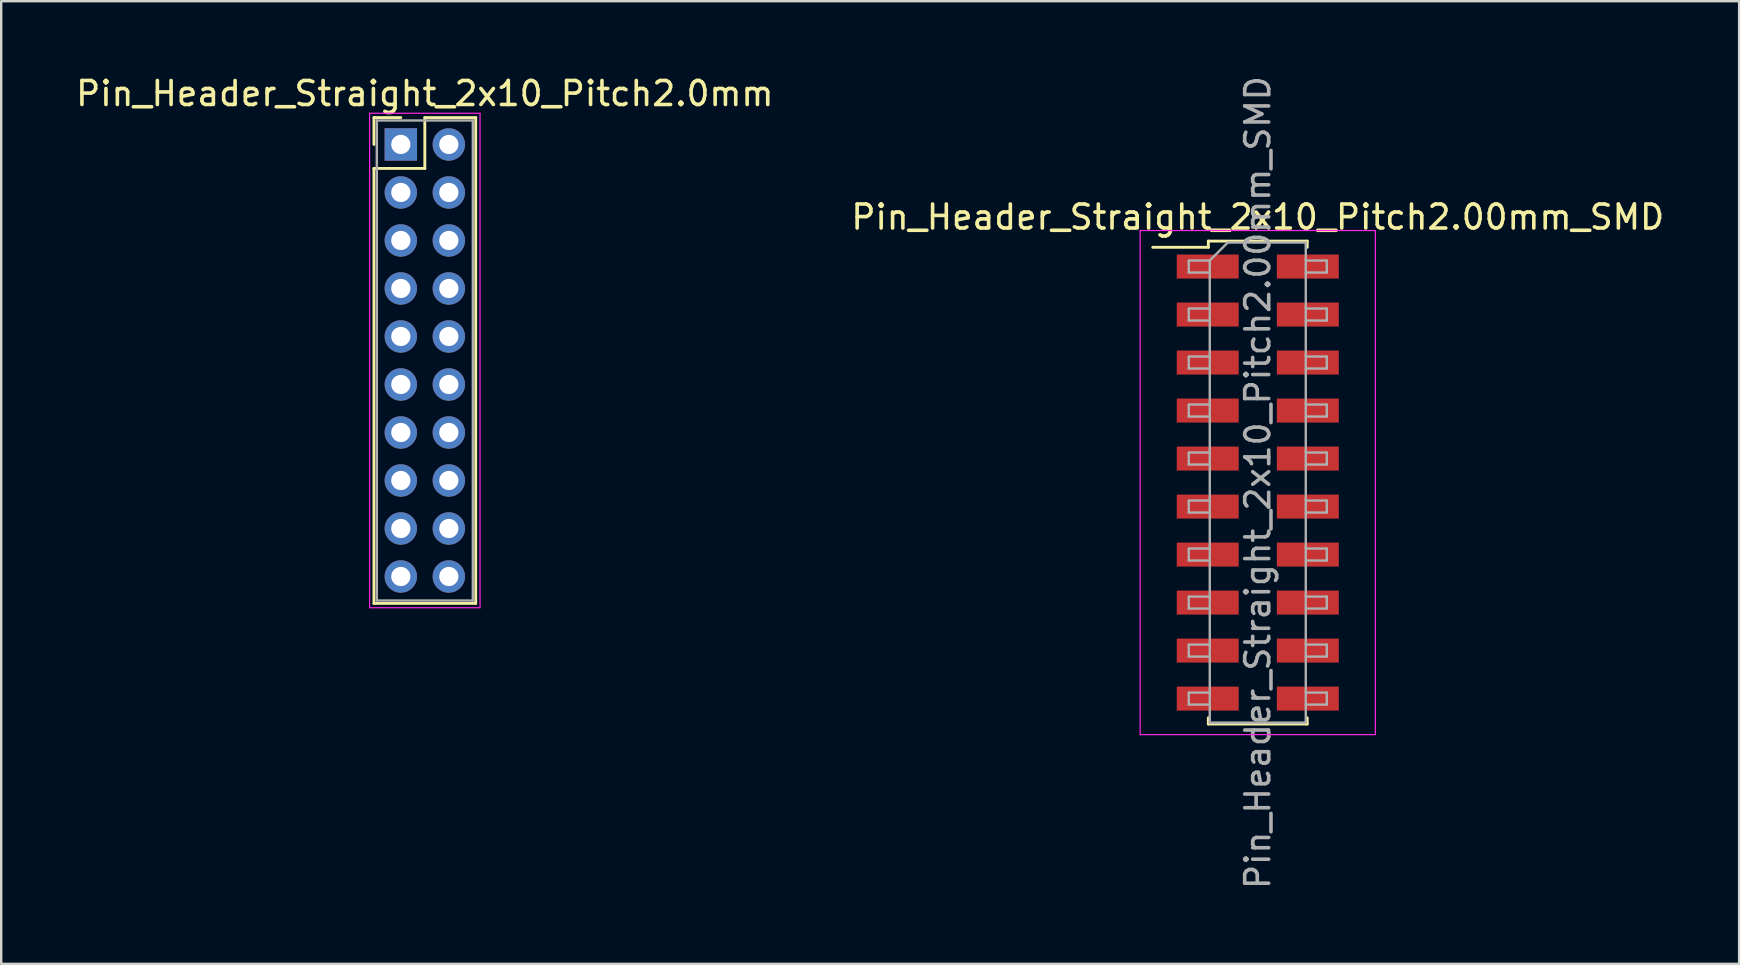
<source format=kicad_pcb>
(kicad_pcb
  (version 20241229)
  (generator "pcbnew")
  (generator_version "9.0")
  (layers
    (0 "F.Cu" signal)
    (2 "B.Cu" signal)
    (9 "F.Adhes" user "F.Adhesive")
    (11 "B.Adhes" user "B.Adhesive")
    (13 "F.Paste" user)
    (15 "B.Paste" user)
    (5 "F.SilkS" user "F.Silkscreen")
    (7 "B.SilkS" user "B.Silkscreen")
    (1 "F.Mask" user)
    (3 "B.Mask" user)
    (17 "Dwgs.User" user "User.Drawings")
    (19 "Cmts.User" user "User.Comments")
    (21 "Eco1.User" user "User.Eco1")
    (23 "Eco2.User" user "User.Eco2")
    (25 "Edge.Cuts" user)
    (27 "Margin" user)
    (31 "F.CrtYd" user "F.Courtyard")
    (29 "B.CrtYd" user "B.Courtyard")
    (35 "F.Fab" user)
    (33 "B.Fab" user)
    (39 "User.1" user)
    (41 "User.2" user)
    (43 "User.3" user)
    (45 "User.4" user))
  (footprint "Pin_Header_Straight_2x10_Pitch2.00mm_SMD"
    (layer "F.Cu")
    (at 49.351 17.054)
    (property "Reference" "Pin_Header_Straight_2x10_Pitch2.00mm_SMD" (at 0 -11.06 0) (layer "F.SilkS") (effects (font (size 1 1) (thickness 0.15))))
    (attr smd)
    (fp_line (start -4.375 -9.8) (end -2.06 -9.8) (stroke (width 0.12) (type solid)) (layer "F.SilkS"))
    (fp_line (start -2.06 -10.06) (end 2.06 -10.06) (stroke (width 0.12) (type solid)) (layer "F.SilkS"))
    (fp_line (start -2.06 -9.8) (end -2.06 -10.06) (stroke (width 0.12) (type solid)) (layer "F.SilkS"))
    (fp_line (start -2.06 9.8) (end -2.06 10.06) (stroke (width 0.12) (type solid)) (layer "F.SilkS"))
    (fp_line (start -2.06 10.06) (end 2.06 10.06) (stroke (width 0.12) (type solid)) (layer "F.SilkS"))
    (fp_line (start 2.06 -10.06) (end 2.06 -9.8) (stroke (width 0.12) (type solid)) (layer "F.SilkS"))
    (fp_line (start 2.06 10.06) (end 2.06 9.8) (stroke (width 0.12) (type solid)) (layer "F.SilkS"))
    (fp_line (start -4.9 -10.5) (end -4.9 10.5) (stroke (width 0.05) (type solid)) (layer "F.CrtYd"))
    (fp_line (start -4.9 10.5) (end 4.9 10.5) (stroke (width 0.05) (type solid)) (layer "F.CrtYd"))
    (fp_line (start 4.9 -10.5) (end -4.9 -10.5) (stroke (width 0.05) (type solid)) (layer "F.CrtYd"))
    (fp_line (start 4.9 10.5) (end 4.9 -10.5) (stroke (width 0.05) (type solid)) (layer "F.CrtYd"))
    (fp_line (start -2.875 -9.25) (end -2.875 -8.75) (stroke (width 0.1) (type solid)) (layer "F.Fab"))
    (fp_line (start -2.875 -8.75) (end -2 -8.75) (stroke (width 0.1) (type solid)) (layer "F.Fab"))
    (fp_line (start -2.875 -7.25) (end -2.875 -6.75) (stroke (width 0.1) (type solid)) (layer "F.Fab"))
    (fp_line (start -2.875 -6.75) (end -2 -6.75) (stroke (width 0.1) (type solid)) (layer "F.Fab"))
    (fp_line (start -2.875 -5.25) (end -2.875 -4.75) (stroke (width 0.1) (type solid)) (layer "F.Fab"))
    (fp_line (start -2.875 -4.75) (end -2 -4.75) (stroke (width 0.1) (type solid)) (layer "F.Fab"))
    (fp_line (start -2.875 -3.25) (end -2.875 -2.75) (stroke (width 0.1) (type solid)) (layer "F.Fab"))
    (fp_line (start -2.875 -2.75) (end -2 -2.75) (stroke (width 0.1) (type solid)) (layer "F.Fab"))
    (fp_line (start -2.875 -1.25) (end -2.875 -0.75) (stroke (width 0.1) (type solid)) (layer "F.Fab"))
    (fp_line (start -2.875 -0.75) (end -2 -0.75) (stroke (width 0.1) (type solid)) (layer "F.Fab"))
    (fp_line (start -2.875 0.75) (end -2.875 1.25) (stroke (width 0.1) (type solid)) (layer "F.Fab"))
    (fp_line (start -2.875 1.25) (end -2 1.25) (stroke (width 0.1) (type solid)) (layer "F.Fab"))
    (fp_line (start -2.875 2.75) (end -2.875 3.25) (stroke (width 0.1) (type solid)) (layer "F.Fab"))
    (fp_line (start -2.875 3.25) (end -2 3.25) (stroke (width 0.1) (type solid)) (layer "F.Fab"))
    (fp_line (start -2.875 4.75) (end -2.875 5.25) (stroke (width 0.1) (type solid)) (layer "F.Fab"))
    (fp_line (start -2.875 5.25) (end -2 5.25) (stroke (width 0.1) (type solid)) (layer "F.Fab"))
    (fp_line (start -2.875 6.75) (end -2.875 7.25) (stroke (width 0.1) (type solid)) (layer "F.Fab"))
    (fp_line (start -2.875 7.25) (end -2 7.25) (stroke (width 0.1) (type solid)) (layer "F.Fab"))
    (fp_line (start -2.875 8.75) (end -2.875 9.25) (stroke (width 0.1) (type solid)) (layer "F.Fab"))
    (fp_line (start -2.875 9.25) (end -2 9.25) (stroke (width 0.1) (type solid)) (layer "F.Fab"))
    (fp_line (start -2 -9.25) (end -2.875 -9.25) (stroke (width 0.1) (type solid)) (layer "F.Fab"))
    (fp_line (start -2 -9.25) (end -1.25 -10) (stroke (width 0.1) (type solid)) (layer "F.Fab"))
    (fp_line (start -2 -7.25) (end -2.875 -7.25) (stroke (width 0.1) (type solid)) (layer "F.Fab"))
    (fp_line (start -2 -5.25) (end -2.875 -5.25) (stroke (width 0.1) (type solid)) (layer "F.Fab"))
    (fp_line (start -2 -3.25) (end -2.875 -3.25) (stroke (width 0.1) (type solid)) (layer "F.Fab"))
    (fp_line (start -2 -1.25) (end -2.875 -1.25) (stroke (width 0.1) (type solid)) (layer "F.Fab"))
    (fp_line (start -2 0.75) (end -2.875 0.75) (stroke (width 0.1) (type solid)) (layer "F.Fab"))
    (fp_line (start -2 2.75) (end -2.875 2.75) (stroke (width 0.1) (type solid)) (layer "F.Fab"))
    (fp_line (start -2 4.75) (end -2.875 4.75) (stroke (width 0.1) (type solid)) (layer "F.Fab"))
    (fp_line (start -2 6.75) (end -2.875 6.75) (stroke (width 0.1) (type solid)) (layer "F.Fab"))
    (fp_line (start -2 8.75) (end -2.875 8.75) (stroke (width 0.1) (type solid)) (layer "F.Fab"))
    (fp_line (start -2 10) (end -2 -9.25) (stroke (width 0.1) (type solid)) (layer "F.Fab"))
    (fp_line (start -1.25 -10) (end 2 -10) (stroke (width 0.1) (type solid)) (layer "F.Fab"))
    (fp_line (start 2 -10) (end 2 10) (stroke (width 0.1) (type solid)) (layer "F.Fab"))
    (fp_line (start 2 -9.25) (end 2.875 -9.25) (stroke (width 0.1) (type solid)) (layer "F.Fab"))
    (fp_line (start 2 -7.25) (end 2.875 -7.25) (stroke (width 0.1) (type solid)) (layer "F.Fab"))
    (fp_line (start 2 -5.25) (end 2.875 -5.25) (stroke (width 0.1) (type solid)) (layer "F.Fab"))
    (fp_line (start 2 -3.25) (end 2.875 -3.25) (stroke (width 0.1) (type solid)) (layer "F.Fab"))
    (fp_line (start 2 -1.25) (end 2.875 -1.25) (stroke (width 0.1) (type solid)) (layer "F.Fab"))
    (fp_line (start 2 0.75) (end 2.875 0.75) (stroke (width 0.1) (type solid)) (layer "F.Fab"))
    (fp_line (start 2 2.75) (end 2.875 2.75) (stroke (width 0.1) (type solid)) (layer "F.Fab"))
    (fp_line (start 2 4.75) (end 2.875 4.75) (stroke (width 0.1) (type solid)) (layer "F.Fab"))
    (fp_line (start 2 6.75) (end 2.875 6.75) (stroke (width 0.1) (type solid)) (layer "F.Fab"))
    (fp_line (start 2 8.75) (end 2.875 8.75) (stroke (width 0.1) (type solid)) (layer "F.Fab"))
    (fp_line (start 2 10) (end -2 10) (stroke (width 0.1) (type solid)) (layer "F.Fab"))
    (fp_line (start 2.875 -9.25) (end 2.875 -8.75) (stroke (width 0.1) (type solid)) (layer "F.Fab"))
    (fp_line (start 2.875 -8.75) (end 2 -8.75) (stroke (width 0.1) (type solid)) (layer "F.Fab"))
    (fp_line (start 2.875 -7.25) (end 2.875 -6.75) (stroke (width 0.1) (type solid)) (layer "F.Fab"))
    (fp_line (start 2.875 -6.75) (end 2 -6.75) (stroke (width 0.1) (type solid)) (layer "F.Fab"))
    (fp_line (start 2.875 -5.25) (end 2.875 -4.75) (stroke (width 0.1) (type solid)) (layer "F.Fab"))
    (fp_line (start 2.875 -4.75) (end 2 -4.75) (stroke (width 0.1) (type solid)) (layer "F.Fab"))
    (fp_line (start 2.875 -3.25) (end 2.875 -2.75) (stroke (width 0.1) (type solid)) (layer "F.Fab"))
    (fp_line (start 2.875 -2.75) (end 2 -2.75) (stroke (width 0.1) (type solid)) (layer "F.Fab"))
    (fp_line (start 2.875 -1.25) (end 2.875 -0.75) (stroke (width 0.1) (type solid)) (layer "F.Fab"))
    (fp_line (start 2.875 -0.75) (end 2 -0.75) (stroke (width 0.1) (type solid)) (layer "F.Fab"))
    (fp_line (start 2.875 0.75) (end 2.875 1.25) (stroke (width 0.1) (type solid)) (layer "F.Fab"))
    (fp_line (start 2.875 1.25) (end 2 1.25) (stroke (width 0.1) (type solid)) (layer "F.Fab"))
    (fp_line (start 2.875 2.75) (end 2.875 3.25) (stroke (width 0.1) (type solid)) (layer "F.Fab"))
    (fp_line (start 2.875 3.25) (end 2 3.25) (stroke (width 0.1) (type solid)) (layer "F.Fab"))
    (fp_line (start 2.875 4.75) (end 2.875 5.25) (stroke (width 0.1) (type solid)) (layer "F.Fab"))
    (fp_line (start 2.875 5.25) (end 2 5.25) (stroke (width 0.1) (type solid)) (layer "F.Fab"))
    (fp_line (start 2.875 6.75) (end 2.875 7.25) (stroke (width 0.1) (type solid)) (layer "F.Fab"))
    (fp_line (start 2.875 7.25) (end 2 7.25) (stroke (width 0.1) (type solid)) (layer "F.Fab"))
    (fp_line (start 2.875 8.75) (end 2.875 9.25) (stroke (width 0.1) (type solid)) (layer "F.Fab"))
    (fp_line (start 2.875 9.25) (end 2 9.25) (stroke (width 0.1) (type solid)) (layer "F.Fab"))
    (fp_text user "${REFERENCE}" (at 0 0 90) (layer "F.Fab") (effects (font (size 1 1) (thickness 0.15))))
    (pad "1" smd rect (at -2.085 -9) (size 2.58 1) (layers "F.Cu" "F.Mask" "F.Paste"))
    (pad "2" smd rect (at 2.085 -9) (size 2.58 1) (layers "F.Cu" "F.Mask" "F.Paste"))
    (pad "3" smd rect (at -2.085 -7) (size 2.58 1) (layers "F.Cu" "F.Mask" "F.Paste"))
    (pad "4" smd rect (at 2.085 -7) (size 2.58 1) (layers "F.Cu" "F.Mask" "F.Paste"))
    (pad "5" smd rect (at -2.085 -5) (size 2.58 1) (layers "F.Cu" "F.Mask" "F.Paste"))
    (pad "6" smd rect (at 2.085 -5) (size 2.58 1) (layers "F.Cu" "F.Mask" "F.Paste"))
    (pad "7" smd rect (at -2.085 -3) (size 2.58 1) (layers "F.Cu" "F.Mask" "F.Paste"))
    (pad "8" smd rect (at 2.085 -3) (size 2.58 1) (layers "F.Cu" "F.Mask" "F.Paste"))
    (pad "9" smd rect (at -2.085 -1) (size 2.58 1) (layers "F.Cu" "F.Mask" "F.Paste"))
    (pad "10" smd rect (at 2.085 -1) (size 2.58 1) (layers "F.Cu" "F.Mask" "F.Paste"))
    (pad "11" smd rect (at -2.085 1) (size 2.58 1) (layers "F.Cu" "F.Mask" "F.Paste"))
    (pad "12" smd rect (at 2.085 1) (size 2.58 1) (layers "F.Cu" "F.Mask" "F.Paste"))
    (pad "13" smd rect (at -2.085 3) (size 2.58 1) (layers "F.Cu" "F.Mask" "F.Paste"))
    (pad "14" smd rect (at 2.085 3) (size 2.58 1) (layers "F.Cu" "F.Mask" "F.Paste"))
    (pad "15" smd rect (at -2.085 5) (size 2.58 1) (layers "F.Cu" "F.Mask" "F.Paste"))
    (pad "16" smd rect (at 2.085 5) (size 2.58 1) (layers "F.Cu" "F.Mask" "F.Paste"))
    (pad "17" smd rect (at -2.085 7) (size 2.58 1) (layers "F.Cu" "F.Mask" "F.Paste"))
    (pad "18" smd rect (at 2.085 7) (size 2.58 1) (layers "F.Cu" "F.Mask" "F.Paste"))
    (pad "19" smd rect (at -2.085 9) (size 2.58 1) (layers "F.Cu" "F.Mask" "F.Paste"))
    (pad "20" smd rect (at 2.085 9) (size 2.58 1) (layers "F.Cu" "F.Mask" "F.Paste")))
  (footprint "Pin_Header_Straight_2x10_Pitch2.0mm"
    (layer "F.Cu")
    (at 13.649 2.968)
    (property "Reference" "Pin_Header_Straight_2x10_Pitch2.0mm" (at 1 -2.12 0) (layer "F.SilkS") (effects (font (size 1 1) (thickness 0.15))))
    (attr through_hole)
    (fp_line (start -1.12 -1.12) (end 0 -1.12) (stroke (width 0.12) (type solid)) (layer "F.SilkS"))
    (fp_line (start -1.12 0) (end -1.12 -1.12) (stroke (width 0.12) (type solid)) (layer "F.SilkS"))
    (fp_line (start -1.12 1) (end -1.12 19.12) (stroke (width 0.12) (type solid)) (layer "F.SilkS"))
    (fp_line (start -1.12 19.12) (end 3.12 19.12) (stroke (width 0.12) (type solid)) (layer "F.SilkS"))
    (fp_line (start 1 -1.12) (end 1 1) (stroke (width 0.12) (type solid)) (layer "F.SilkS"))
    (fp_line (start 1 1) (end -1.12 1) (stroke (width 0.12) (type solid)) (layer "F.SilkS"))
    (fp_line (start 3.12 -1.12) (end 1 -1.12) (stroke (width 0.12) (type solid)) (layer "F.SilkS"))
    (fp_line (start 3.12 19.12) (end 3.12 -1.12) (stroke (width 0.12) (type solid)) (layer "F.SilkS"))
    (fp_line (start -1.3 -1.3) (end -1.3 19.3) (stroke (width 0.05) (type solid)) (layer "F.CrtYd"))
    (fp_line (start -1.3 19.3) (end 3.3 19.3) (stroke (width 0.05) (type solid)) (layer "F.CrtYd"))
    (fp_line (start 3.3 -1.3) (end -1.3 -1.3) (stroke (width 0.05) (type solid)) (layer "F.CrtYd"))
    (fp_line (start 3.3 19.3) (end 3.3 -1.3) (stroke (width 0.05) (type solid)) (layer "F.CrtYd"))
    (fp_line (start -1 -1) (end -1 19) (stroke (width 0.1) (type solid)) (layer "F.Fab"))
    (fp_line (start -1 19) (end 3 19) (stroke (width 0.1) (type solid)) (layer "F.Fab"))
    (fp_line (start 3 -1) (end -1 -1) (stroke (width 0.1) (type solid)) (layer "F.Fab"))
    (fp_line (start 3 19) (end 3 -1) (stroke (width 0.1) (type solid)) (layer "F.Fab"))
    (pad "1" thru_hole rect (at 0 0) (size 1.35 1.35) (drill 0.8) (layers "*.Cu" "*.Mask"))
    (pad "2" thru_hole oval (at 2 0) (size 1.35 1.35) (drill 0.8) (layers "*.Cu" "*.Mask"))
    (pad "3" thru_hole oval (at 0 2) (size 1.35 1.35) (drill 0.8) (layers "*.Cu" "*.Mask"))
    (pad "4" thru_hole oval (at 2 2) (size 1.35 1.35) (drill 0.8) (layers "*.Cu" "*.Mask"))
    (pad "5" thru_hole oval (at 0 4) (size 1.35 1.35) (drill 0.8) (layers "*.Cu" "*.Mask"))
    (pad "6" thru_hole oval (at 2 4) (size 1.35 1.35) (drill 0.8) (layers "*.Cu" "*.Mask"))
    (pad "7" thru_hole oval (at 0 6) (size 1.35 1.35) (drill 0.8) (layers "*.Cu" "*.Mask"))
    (pad "8" thru_hole oval (at 2 6) (size 1.35 1.35) (drill 0.8) (layers "*.Cu" "*.Mask"))
    (pad "9" thru_hole oval (at 0 8) (size 1.35 1.35) (drill 0.8) (layers "*.Cu" "*.Mask"))
    (pad "10" thru_hole oval (at 2 8) (size 1.35 1.35) (drill 0.8) (layers "*.Cu" "*.Mask"))
    (pad "11" thru_hole oval (at 0 10) (size 1.35 1.35) (drill 0.8) (layers "*.Cu" "*.Mask"))
    (pad "12" thru_hole oval (at 2 10) (size 1.35 1.35) (drill 0.8) (layers "*.Cu" "*.Mask"))
    (pad "13" thru_hole oval (at 0 12) (size 1.35 1.35) (drill 0.8) (layers "*.Cu" "*.Mask"))
    (pad "14" thru_hole oval (at 2 12) (size 1.35 1.35) (drill 0.8) (layers "*.Cu" "*.Mask"))
    (pad "15" thru_hole oval (at 0 14) (size 1.35 1.35) (drill 0.8) (layers "*.Cu" "*.Mask"))
    (pad "16" thru_hole oval (at 2 14) (size 1.35 1.35) (drill 0.8) (layers "*.Cu" "*.Mask"))
    (pad "17" thru_hole oval (at 0 16) (size 1.35 1.35) (drill 0.8) (layers "*.Cu" "*.Mask"))
    (pad "18" thru_hole oval (at 2 16) (size 1.35 1.35) (drill 0.8) (layers "*.Cu" "*.Mask"))
    (pad "19" thru_hole oval (at 0 18) (size 1.35 1.35) (drill 0.8) (layers "*.Cu" "*.Mask"))
    (pad "20" thru_hole oval (at 2 18) (size 1.35 1.35) (drill 0.8) (layers "*.Cu" "*.Mask")))
  (gr_rect
    (start -3 -3)
    (end 69.405 37.107)
    (stroke (width 0.1) (type default))
    (fill no)
    (layer "Edge.Cuts")))
</source>
